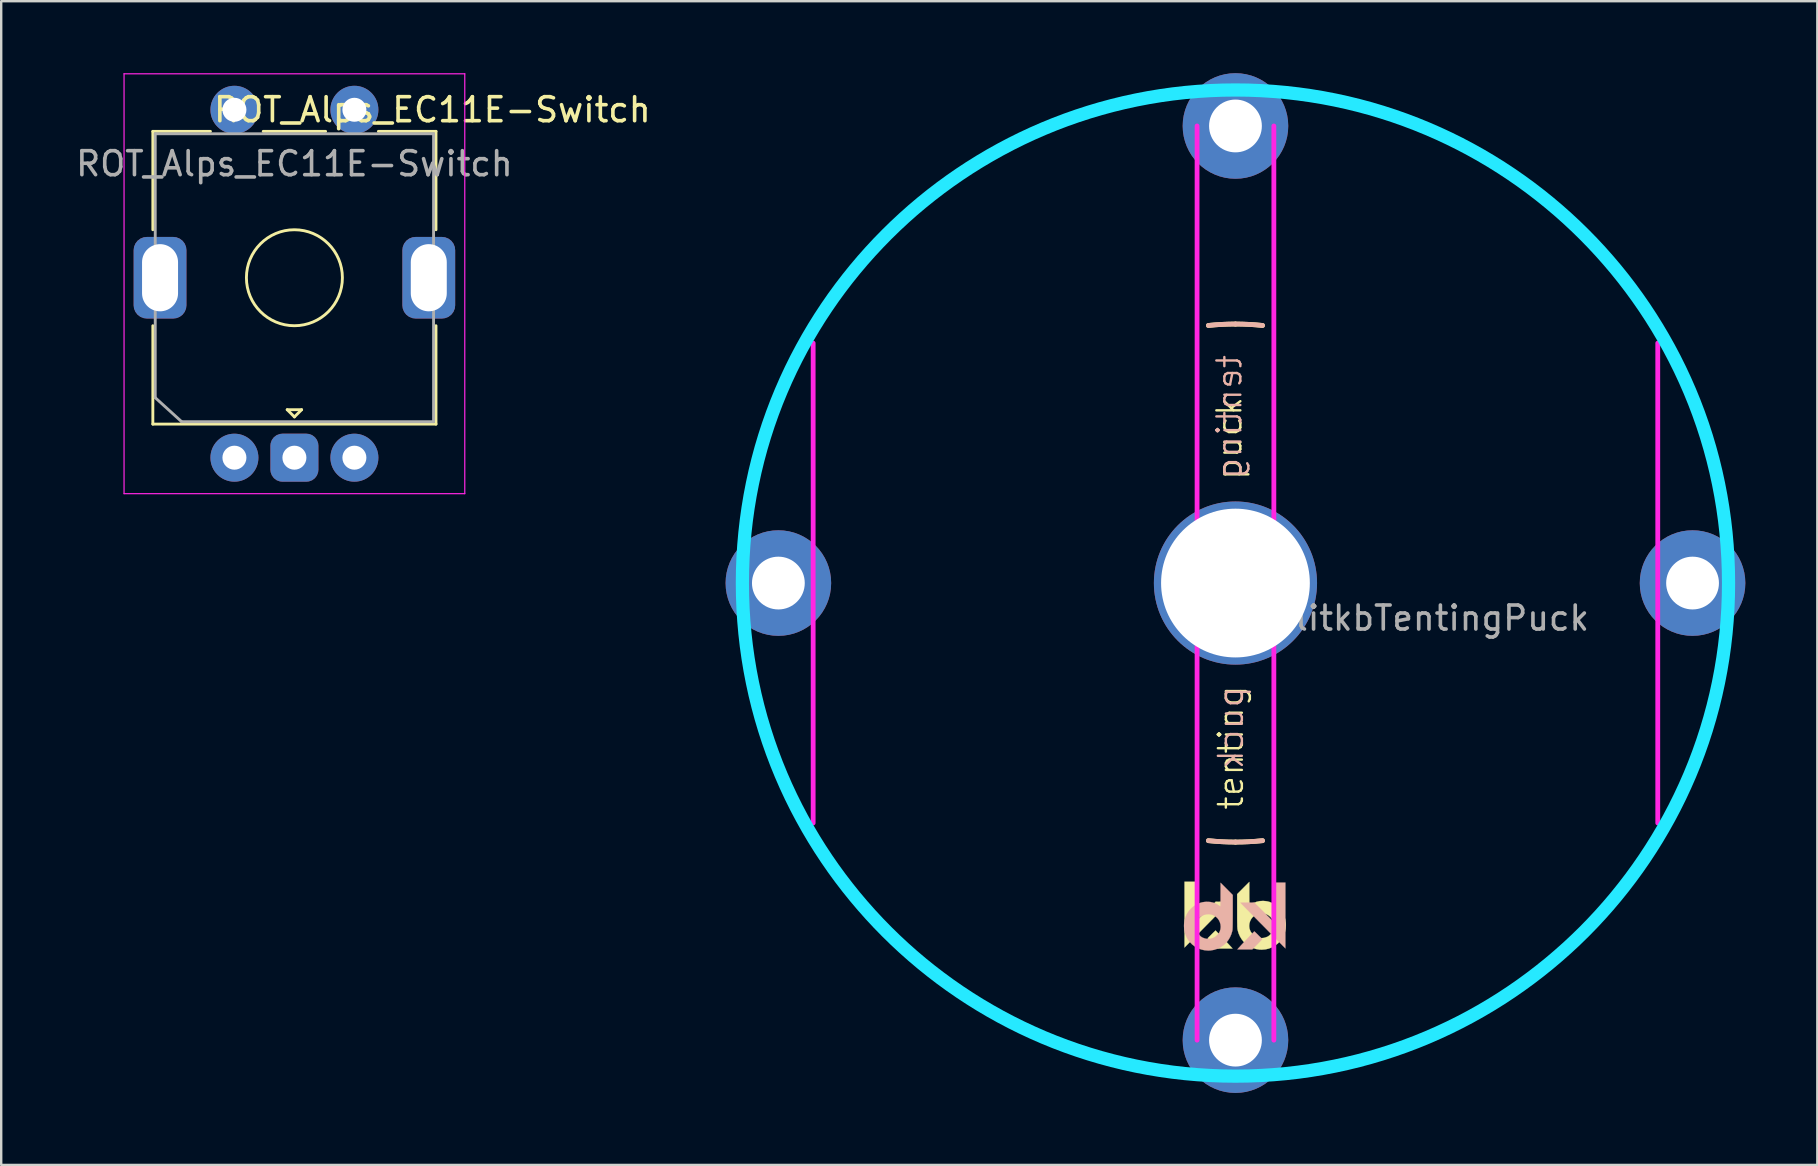
<source format=kicad_pcb>
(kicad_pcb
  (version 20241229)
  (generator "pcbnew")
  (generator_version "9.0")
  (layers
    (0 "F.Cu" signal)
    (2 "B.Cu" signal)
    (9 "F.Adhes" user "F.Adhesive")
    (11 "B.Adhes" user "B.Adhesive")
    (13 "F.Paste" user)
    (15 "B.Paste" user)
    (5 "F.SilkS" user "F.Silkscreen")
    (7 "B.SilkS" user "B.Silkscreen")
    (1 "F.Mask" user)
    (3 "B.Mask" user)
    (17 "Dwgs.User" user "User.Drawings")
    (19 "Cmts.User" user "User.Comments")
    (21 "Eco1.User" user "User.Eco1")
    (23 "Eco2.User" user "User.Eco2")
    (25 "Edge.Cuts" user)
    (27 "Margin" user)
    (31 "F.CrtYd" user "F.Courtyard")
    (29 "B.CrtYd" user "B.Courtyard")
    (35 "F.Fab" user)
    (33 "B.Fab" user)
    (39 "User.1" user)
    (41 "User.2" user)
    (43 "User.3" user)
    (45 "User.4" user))
  (footprint "ROT_Alps_EC11E-Switch"
    (layer "F.Cu")
    (at 9.22 8.525)
    (property "Reference" "ROT_Alps_EC11E-Switch" (at 5.75 -7 180) (layer "F.SilkS") (effects (font (size 1 1) (thickness 0.15))))
    (attr through_hole)
    (fp_line (start -5.9 -6.1) (end -3.5 -6.1) (stroke (width 0.12) (type solid)) (layer "F.SilkS"))
    (fp_line (start -5.9 -2) (end -5.9 -6.1) (stroke (width 0.12) (type solid)) (layer "F.SilkS"))
    (fp_line (start -5.9 2) (end -5.9 6.1) (stroke (width 0.12) (type solid)) (layer "F.SilkS"))
    (fp_line (start -5.9 6.1) (end 5.9 6.1) (stroke (width 0.12) (type solid)) (layer "F.SilkS"))
    (fp_line (start -1.3 -6.1) (end 1.3 -6.1) (stroke (width 0.12) (type solid)) (layer "F.SilkS"))
    (fp_line (start -0.3 5.5) (end 0.3 5.5) (stroke (width 0.12) (type solid)) (layer "F.SilkS"))
    (fp_line (start 0 5.8) (end -0.3 5.5) (stroke (width 0.12) (type solid)) (layer "F.SilkS"))
    (fp_line (start 0.3 5.5) (end 0 5.8) (stroke (width 0.12) (type solid)) (layer "F.SilkS"))
    (fp_line (start 3.5 -6.1) (end 5.9 -6.1) (stroke (width 0.12) (type solid)) (layer "F.SilkS"))
    (fp_line (start 5.9 -6.1) (end 5.9 -2) (stroke (width 0.12) (type solid)) (layer "F.SilkS"))
    (fp_line (start 5.9 2) (end 5.9 6.1) (stroke (width 0.12) (type solid)) (layer "F.SilkS"))
    (fp_circle (center 0 0) (end 0 -2) (stroke (width 0.12) (type solid)) (fill no) (layer "F.SilkS"))
    (fp_line (start -7.1 9) (end -7.1 -8.5) (stroke (width 0.05) (type solid)) (layer "F.CrtYd"))
    (fp_line (start -7.1 9) (end 7.1 9) (stroke (width 0.05) (type solid)) (layer "F.CrtYd"))
    (fp_line (start 7.1 -8.5) (end -7.1 -8.5) (stroke (width 0.05) (type solid)) (layer "F.CrtYd"))
    (fp_line (start 7.1 -8.5) (end 7.1 9) (stroke (width 0.05) (type solid)) (layer "F.CrtYd"))
    (fp_line (start -5.8 -6) (end 5.8 -6) (stroke (width 0.12) (type solid)) (layer "F.Fab"))
    (fp_line (start -5.8 5) (end -5.8 -6) (stroke (width 0.12) (type solid)) (layer "F.Fab"))
    (fp_line (start -4.7 6) (end -5.8 5) (stroke (width 0.12) (type solid)) (layer "F.Fab"))
    (fp_line (start 5.8 -6) (end 5.8 6) (stroke (width 0.12) (type solid)) (layer "F.Fab"))
    (fp_line (start 5.8 6) (end -4.7 6) (stroke (width 0.12) (type solid)) (layer "F.Fab"))
    (fp_text user "${REFERENCE}" (at 0 -4.75 180) (layer "F.Fab") (effects (font (size 1 1) (thickness 0.15))))
    (pad "A" thru_hole circle (at -2.5 7.5 90) (size 2 2) (drill 1) (layers "*.Cu" "B.Mask"))
    (pad "B" thru_hole circle (at 2.5 7.5 90) (size 2 2) (drill 1) (layers "*.Cu" "B.Mask"))
    (pad "C" thru_hole roundrect (at 0 7.5 90) (size 2 2) (drill 1) (layers "*.Cu" "B.Mask") (roundrect_rratio 0.25))
    (pad "MP" thru_hole roundrect (at -5.6 0 90) (size 3.4 2.2) (drill oval 2.8 1.5) (layers "*.Cu" "B.Mask") (roundrect_rratio 0.25))
    (pad "MP" thru_hole roundrect (at 5.6 0 90) (size 3.4 2.2) (drill oval 2.8 1.5) (layers "*.Cu" "B.Mask") (roundrect_rratio 0.25))
    (pad "S1" thru_hole circle (at 2.5 -7 90) (size 2 2) (drill 1) (layers "*.Cu" "B.Mask"))
    (pad "S2" thru_hole circle (at -2.5 -7 90) (size 2 2) (drill 1) (layers "*.Cu" "B.Mask")))
  (footprint "SplitkbTentingPuck"
    (layer "F.Cu")
    (at 48.44 21.25)
    (property "Reference" "SplitkbTentingPuck" (at 7.684 1.46 0) (layer "F.Fab") (effects (font (size 1 1) (thickness 0.15))))
    (attr through_hole exclude_from_pos_files exclude_from_bom)
    (fp_arc (start -20.32 -2.8575) (mid -19.91151 -4.959786) (end -19.286134 -7.008048) (stroke (width 0.2) (type solid)) (layer "F.SilkS"))
    (fp_arc (start -19.286134 7.008047) (mid -19.91151 4.959786) (end -20.32 2.8575) (stroke (width 0.2) (type solid)) (layer "F.SilkS"))
    (fp_arc (start -7.008048 -19.286134) (mid -4.959786 -19.91151) (end -2.8575 -20.32) (stroke (width 0.2) (type solid)) (layer "F.SilkS"))
    (fp_arc (start -2.8575 20.32) (mid -4.959785 19.91151) (end -7.008046 19.286135) (stroke (width 0.2) (type solid)) (layer "F.SilkS"))
    (fp_arc (start -1.128385 -10.735864) (mid -0.564967 -10.780206) (end 0 -10.795) (stroke (width 0.2) (type solid)) (layer "F.SilkS"))
    (fp_arc (start 0 -10.795) (mid 0.564967 -10.780206) (end 1.128385 -10.735864) (stroke (width 0.2) (type solid)) (layer "F.SilkS"))
    (fp_arc (start 0 10.795) (mid -0.564967 10.780206) (end -1.128385 10.735864) (stroke (width 0.2) (type solid)) (layer "F.SilkS"))
    (fp_arc (start 1.128385 10.735864) (mid 0.564967 10.780206) (end 0 10.795) (stroke (width 0.2) (type solid)) (layer "F.SilkS"))
    (fp_arc (start 2.8575 -20.32) (mid 4.959786 -19.91151) (end 7.008047 -19.286134) (stroke (width 0.2) (type solid)) (layer "F.SilkS"))
    (fp_arc (start 7.008047 19.286134) (mid 4.959786 19.91151) (end 2.8575 20.32) (stroke (width 0.2) (type solid)) (layer "F.SilkS"))
    (fp_arc (start 19.286135 -7.008045) (mid 19.91151 -4.959785) (end 20.32 -2.8575) (stroke (width 0.2) (type solid)) (layer "F.SilkS"))
    (fp_arc (start 20.32 2.8575) (mid 19.91151 4.959785) (end 19.286135 7.008046) (stroke (width 0.2) (type solid)) (layer "F.SilkS"))
    (fp_poly (pts (xy -1.627 14.082) (xy -0.824 13.279) (xy -0.535 13.282) (xy -0.247 13.285) (xy -1.094 14.145) (xy -1.212 14.265) (xy -1.327 14.382) (xy -1.437 14.494) (xy -1.542 14.6) (xy -1.64 14.7) (xy -1.731 14.791) (xy -1.811 14.874) (xy -1.882 14.945) (xy -1.941 15.005) (xy -1.987 15.052) (xy -2.019 15.084) (xy -2.032 15.098) (xy -2.123 15.19) (xy -2.123 12.448) (xy -1.627 12.448) (xy -1.627 14.082)) (stroke (width 0.01) (type solid)) (fill yes) (layer "F.SilkS"))
    (fp_poly (pts (xy -0.82 14.488) (xy -0.797 14.511) (xy -0.763 14.547) (xy -0.719 14.593) (xy -0.666 14.647) (xy -0.609 14.708) (xy -0.547 14.773) (xy -0.483 14.841) (xy -0.42 14.908) (xy -0.359 14.973) (xy -0.302 15.034) (xy -0.251 15.089) (xy -0.208 15.135) (xy -0.175 15.171) (xy -0.154 15.194) (xy -0.152 15.197) (xy -0.124 15.231) (xy -0.744 15.231) (xy -0.917 15.055) (xy -0.971 15) (xy -1.021 14.948) (xy -1.065 14.903) (xy -1.099 14.868) (xy -1.121 14.844) (xy -1.124 14.841) (xy -1.158 14.803) (xy -0.997 14.642) (xy -0.948 14.592) (xy -0.903 14.549) (xy -0.867 14.514) (xy -0.842 14.491) (xy -0.829 14.48) (xy -0.829 14.48) (xy -0.82 14.488)) (stroke (width 0.01) (type solid)) (fill yes) (layer "F.SilkS"))
    (fp_poly (pts (xy 0.578 12.948) (xy 0.578 13.052) (xy 0.579 13.149) (xy 0.58 13.236) (xy 0.581 13.31) (xy 0.582 13.37) (xy 0.583 13.413) (xy 0.585 13.437) (xy 0.586 13.441) (xy 0.598 13.435) (xy 0.623 13.419) (xy 0.647 13.401) (xy 0.762 13.331) (xy 0.884 13.282) (xy 1.014 13.254) (xy 1.153 13.247) (xy 1.171 13.248) (xy 1.261 13.255) (xy 1.337 13.267) (xy 1.409 13.286) (xy 1.484 13.315) (xy 1.554 13.348) (xy 1.682 13.423) (xy 1.795 13.515) (xy 1.892 13.622) (xy 1.972 13.743) (xy 2.033 13.874) (xy 2.076 14.016) (xy 2.099 14.167) (xy 2.102 14.256) (xy 2.092 14.409) (xy 2.061 14.553) (xy 2.008 14.693) (xy 1.95 14.8) (xy 1.865 14.92) (xy 1.763 15.025) (xy 1.648 15.113) (xy 1.521 15.184) (xy 1.385 15.236) (xy 1.241 15.268) (xy 1.093 15.279) (xy 0.993 15.275) (xy 0.848 15.25) (xy 0.707 15.204) (xy 0.574 15.138) (xy 0.452 15.054) (xy 0.343 14.954) (xy 0.335 14.944) (xy 0.254 14.84) (xy 0.184 14.722) (xy 0.129 14.596) (xy 0.092 14.469) (xy 0.083 14.423) (xy 0.08 14.394) (xy 0.078 14.344) (xy 0.076 14.294) (xy 0.573 14.294) (xy 0.583 14.391) (xy 0.614 14.485) (xy 0.642 14.539) (xy 0.709 14.628) (xy 0.789 14.699) (xy 0.878 14.751) (xy 0.975 14.784) (xy 1.076 14.797) (xy 1.18 14.789) (xy 1.253 14.769) (xy 1.296 14.753) (xy 1.337 14.736) (xy 1.353 14.728) (xy 1.398 14.697) (xy 1.448 14.651) (xy 1.496 14.595) (xy 1.537 14.537) (xy 1.559 14.498) (xy 1.579 14.454) (xy 1.591 14.415) (xy 1.599 14.373) (xy 1.603 14.318) (xy 1.603 14.313) (xy 1.6 14.205) (xy 1.577 14.107) (xy 1.534 14.014) (xy 1.516 13.985) (xy 1.451 13.908) (xy 1.372 13.845) (xy 1.283 13.8) (xy 1.186 13.772) (xy 1.085 13.763) (xy 0.984 13.773) (xy 0.885 13.803) (xy 0.871 13.81) (xy 0.783 13.863) (xy 0.709 13.931) (xy 0.65 14.011) (xy 0.607 14.101) (xy 0.581 14.196) (xy 0.573 14.294) (xy 0.076 14.294) (xy 0.076 14.274) (xy 0.074 14.185) (xy 0.072 14.078) (xy 0.071 13.955) (xy 0.071 13.818) (xy 0.071 13.668) (xy 0.071 13.656) (xy 0.07 12.964) (xy 0.578 12.454) (xy 0.578 12.948)) (stroke (width 0.01) (type solid)) (fill yes) (layer "F.SilkS"))
    (fp_arc (start -20.32 -2.8575) (mid -19.91151 -4.959784) (end -19.286136 -7.008044) (stroke (width 0.2) (type solid)) (layer "B.SilkS"))
    (fp_arc (start -19.286135 7.008046) (mid -19.91151 4.959785) (end -20.32 2.8575) (stroke (width 0.2) (type solid)) (layer "B.SilkS"))
    (fp_arc (start -7.008046 -19.286135) (mid -4.959785 -19.91151) (end -2.8575 -20.32) (stroke (width 0.2) (type solid)) (layer "B.SilkS"))
    (fp_arc (start -2.8575 20.32) (mid -4.959785 19.91151) (end -7.008045 19.286135) (stroke (width 0.2) (type solid)) (layer "B.SilkS"))
    (fp_arc (start -1.128385 -10.735864) (mid -0.564967 -10.780206) (end 0 -10.795) (stroke (width 0.2) (type solid)) (layer "B.SilkS"))
    (fp_arc (start 0 -10.795) (mid 0.564967 -10.780206) (end 1.128385 -10.735864) (stroke (width 0.2) (type solid)) (layer "B.SilkS"))
    (fp_arc (start 0 10.795) (mid -0.564967 10.780206) (end -1.128385 10.735864) (stroke (width 0.2) (type solid)) (layer "B.SilkS"))
    (fp_arc (start 1.128385 10.735864) (mid 0.564967 10.780206) (end 0 10.795) (stroke (width 0.2) (type solid)) (layer "B.SilkS"))
    (fp_arc (start 2.8575 -20.32) (mid 4.959787 -19.91151) (end 7.008049 -19.286134) (stroke (width 0.2) (type solid)) (layer "B.SilkS"))
    (fp_arc (start 7.008045 19.286135) (mid 4.959785 19.91151) (end 2.8575 20.32) (stroke (width 0.2) (type solid)) (layer "B.SilkS"))
    (fp_arc (start 19.286134 -7.008048) (mid 19.91151 -4.959786) (end 20.32 -2.8575) (stroke (width 0.2) (type solid)) (layer "B.SilkS"))
    (fp_arc (start 20.32 2.8575) (mid 19.91151 4.959786) (end 19.286134 7.008048) (stroke (width 0.2) (type solid)) (layer "B.SilkS"))
    (fp_poly (pts (xy 1.584 14.118) (xy 0.782 13.315) (xy 0.493 13.318) (xy 0.205 13.322) (xy 1.052 14.182) (xy 1.17 14.301) (xy 1.285 14.418) (xy 1.395 14.53) (xy 1.5 14.637) (xy 1.598 14.736) (xy 1.688 14.828) (xy 1.769 14.91) (xy 1.84 14.981) (xy 1.899 15.041) (xy 1.944 15.088) (xy 1.976 15.12) (xy 1.99 15.134) (xy 2.081 15.226) (xy 2.081 12.484) (xy 1.584 12.484) (xy 1.584 14.118)) (stroke (width 0.01) (type solid)) (fill yes) (layer "B.SilkS"))
    (fp_poly (pts (xy 0.778 14.525) (xy 0.755 14.547) (xy 0.721 14.583) (xy 0.676 14.629) (xy 0.624 14.684) (xy 0.566 14.745) (xy 0.505 14.81) (xy 0.441 14.877) (xy 0.378 14.944) (xy 0.316 15.009) (xy 0.259 15.07) (xy 0.208 15.125) (xy 0.166 15.172) (xy 0.133 15.207) (xy 0.112 15.231) (xy 0.11 15.233) (xy 0.082 15.267) (xy 0.702 15.267) (xy 0.875 15.091) (xy 0.929 15.036) (xy 0.979 14.985) (xy 1.023 14.939) (xy 1.057 14.904) (xy 1.079 14.88) (xy 1.082 14.877) (xy 1.116 14.839) (xy 0.955 14.678) (xy 0.905 14.628) (xy 0.861 14.585) (xy 0.825 14.55) (xy 0.799 14.527) (xy 0.787 14.517) (xy 0.787 14.516) (xy 0.778 14.525)) (stroke (width 0.01) (type solid)) (fill yes) (layer "B.SilkS"))
    (fp_poly (pts (xy -0.621 12.984) (xy -0.621 13.088) (xy -0.621 13.185) (xy -0.622 13.272) (xy -0.623 13.346) (xy -0.624 13.406) (xy -0.625 13.45) (xy -0.627 13.473) (xy -0.628 13.477) (xy -0.64 13.471) (xy -0.665 13.455) (xy -0.689 13.438) (xy -0.804 13.367) (xy -0.926 13.318) (xy -1.057 13.29) (xy -1.196 13.284) (xy -1.214 13.284) (xy -1.303 13.291) (xy -1.38 13.303) (xy -1.451 13.322) (xy -1.526 13.351) (xy -1.596 13.384) (xy -1.724 13.459) (xy -1.837 13.551) (xy -1.934 13.658) (xy -2.014 13.779) (xy -2.076 13.911) (xy -2.118 14.053) (xy -2.141 14.203) (xy -2.145 14.293) (xy -2.134 14.445) (xy -2.103 14.59) (xy -2.05 14.729) (xy -1.993 14.836) (xy -1.907 14.956) (xy -1.805 15.061) (xy -1.69 15.149) (xy -1.563 15.22) (xy -1.427 15.272) (xy -1.283 15.304) (xy -1.135 15.316) (xy -1.035 15.311) (xy -0.89 15.286) (xy -0.75 15.24) (xy -0.616 15.174) (xy -0.494 15.09) (xy -0.386 14.99) (xy -0.377 14.981) (xy -0.296 14.876) (xy -0.226 14.758) (xy -0.171 14.632) (xy -0.134 14.505) (xy -0.125 14.459) (xy -0.122 14.43) (xy -0.12 14.38) (xy -0.118 14.33) (xy -0.615 14.33) (xy -0.625 14.428) (xy -0.656 14.522) (xy -0.684 14.576) (xy -0.751 14.664) (xy -0.831 14.735) (xy -0.92 14.787) (xy -1.017 14.82) (xy -1.119 14.833) (xy -1.222 14.825) (xy -1.295 14.805) (xy -1.338 14.789) (xy -1.379 14.772) (xy -1.395 14.764) (xy -1.441 14.733) (xy -1.49 14.687) (xy -1.538 14.632) (xy -1.579 14.573) (xy -1.601 14.534) (xy -1.621 14.49) (xy -1.634 14.452) (xy -1.641 14.409) (xy -1.645 14.354) (xy -1.646 14.349) (xy -1.642 14.241) (xy -1.619 14.144) (xy -1.576 14.05) (xy -1.558 14.022) (xy -1.493 13.944) (xy -1.415 13.882) (xy -1.325 13.836) (xy -1.228 13.808) (xy -1.127 13.799) (xy -1.026 13.809) (xy -0.927 13.84) (xy -0.913 13.846) (xy -0.825 13.899) (xy -0.751 13.967) (xy -0.692 14.047) (xy -0.649 14.137) (xy -0.623 14.232) (xy -0.615 14.33) (xy -0.118 14.33) (xy -0.118 14.31) (xy -0.116 14.221) (xy -0.115 14.114) (xy -0.114 13.991) (xy -0.113 13.854) (xy -0.113 13.704) (xy -0.113 13.692) (xy -0.113 13) (xy -0.62 12.49) (xy -0.621 12.984)) (stroke (width 0.01) (type solid)) (fill yes) (layer "B.SilkS"))
    (fp_circle (center 0 0) (end 20.55 0) (stroke (width 0.55) (type solid)) (fill no) (layer "B.CrtYd"))
    (fp_line (start -17.6 10) (end -17.6 -10) (stroke (width 0.2) (type solid)) (layer "F.CrtYd"))
    (fp_line (start -1.6 19.05) (end -1.6 -19.05) (stroke (width 0.2) (type solid)) (layer "F.CrtYd"))
    (fp_line (start 1.6 19.05) (end 1.6 -19.05) (stroke (width 0.2) (type solid)) (layer "F.CrtYd"))
    (fp_line (start 17.6 10) (end 17.6 -10) (stroke (width 0.2) (type solid)) (layer "F.CrtYd"))
    (fp_text user "puck" (at -0.254 -6.032 90) (layer "F.SilkS") (effects (font (size 1 1) (thickness 0.1))))
    (fp_text user "tenting" (at -0.191 6.858 90) (layer "F.SilkS") (effects (font (size 1 1) (thickness 0.1))))
    (fp_text user "tenting" (at -0.254 -6.921 90) (layer "B.SilkS") (effects (font (size 1 1) (thickness 0.1)) (justify mirror)))
    (fp_text user "puck" (at -0.191 6.032 90) (unlocked yes) (layer "B.SilkS") (effects (font (size 1 1) (thickness 0.1)) (justify mirror)))
    (pad "" thru_hole circle (at 0 0) (size 6.8 6.8) (drill 6.2) (layers "*.Cu" "*.Mask"))
    (pad "1" thru_hole circle (at -19.05 0) (size 4.4 4.4) (drill 2.2) (layers "*.Cu" "*.Mask"))
    (pad "1" thru_hole circle (at 0 -19.05) (size 4.4 4.4) (drill 2.2) (layers "*.Cu" "*.Mask"))
    (pad "1" thru_hole circle (at 0 19.05) (size 4.4 4.4) (drill 2.2) (layers "*.Cu" "*.Mask"))
    (pad "1" thru_hole circle (at 19.05 0) (size 4.4 4.4) (drill 2.2) (layers "*.Cu" "*.Mask")))
  (gr_rect
    (start -3 -3)
    (end 72.69 45.5)
    (stroke (width 0.1) (type default))
    (fill no)
    (layer "Edge.Cuts")))
</source>
